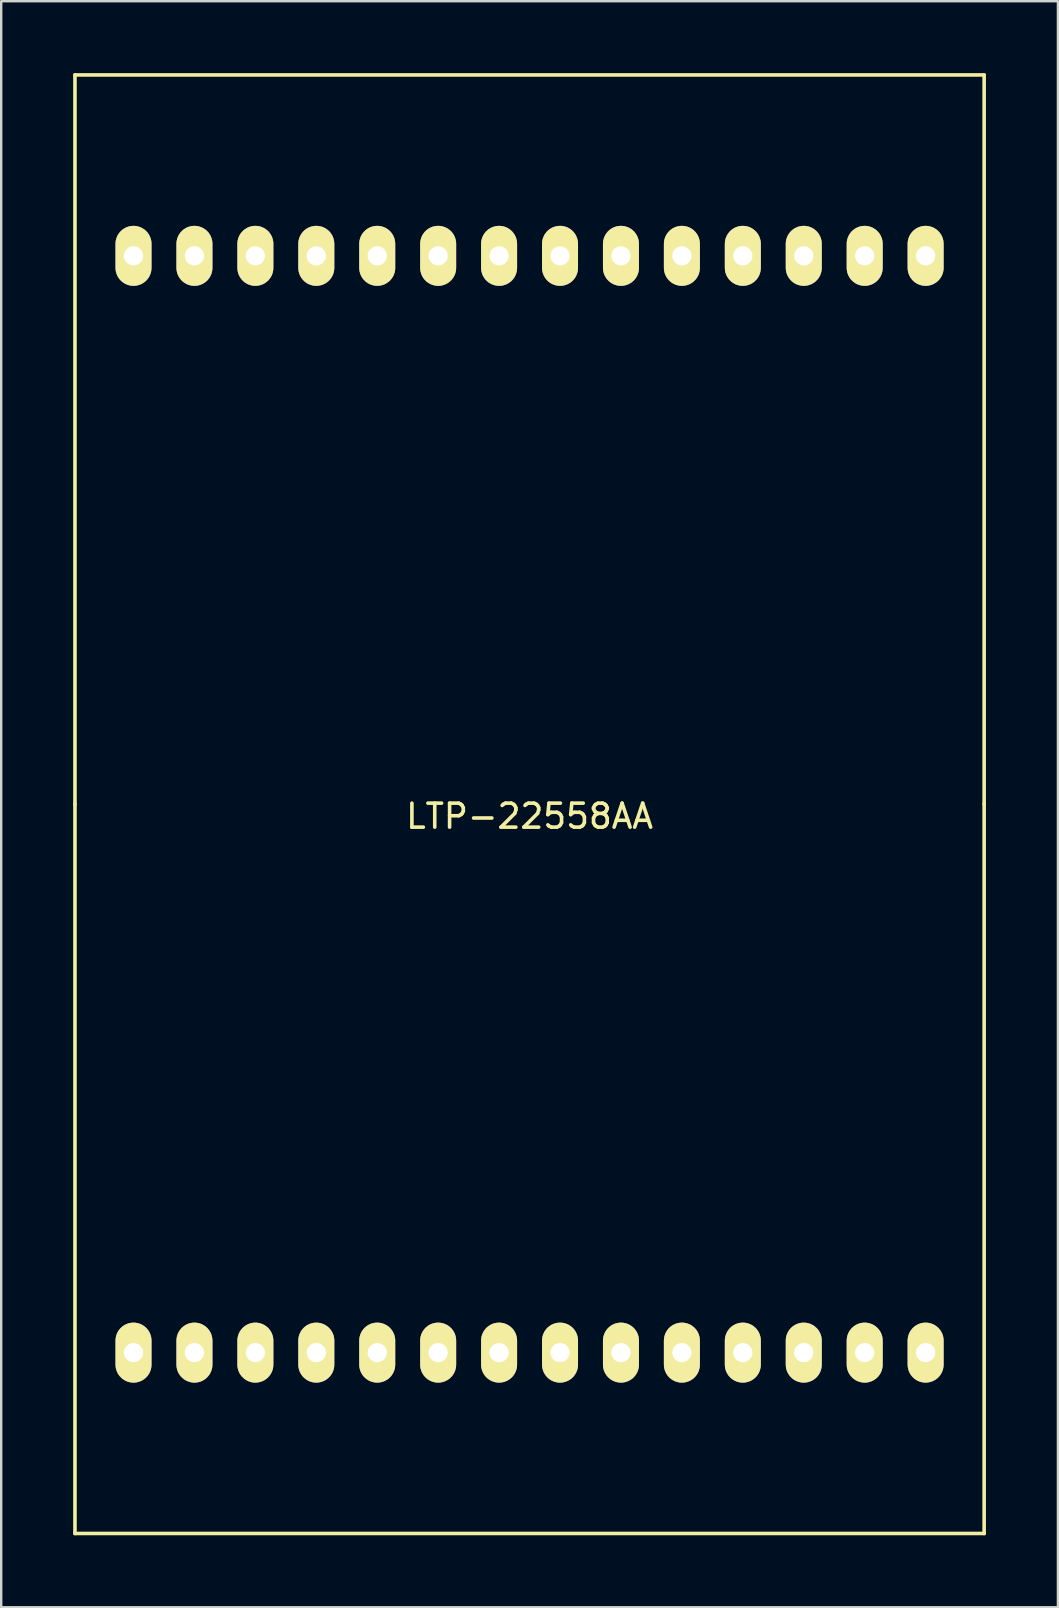
<source format=kicad_pcb>
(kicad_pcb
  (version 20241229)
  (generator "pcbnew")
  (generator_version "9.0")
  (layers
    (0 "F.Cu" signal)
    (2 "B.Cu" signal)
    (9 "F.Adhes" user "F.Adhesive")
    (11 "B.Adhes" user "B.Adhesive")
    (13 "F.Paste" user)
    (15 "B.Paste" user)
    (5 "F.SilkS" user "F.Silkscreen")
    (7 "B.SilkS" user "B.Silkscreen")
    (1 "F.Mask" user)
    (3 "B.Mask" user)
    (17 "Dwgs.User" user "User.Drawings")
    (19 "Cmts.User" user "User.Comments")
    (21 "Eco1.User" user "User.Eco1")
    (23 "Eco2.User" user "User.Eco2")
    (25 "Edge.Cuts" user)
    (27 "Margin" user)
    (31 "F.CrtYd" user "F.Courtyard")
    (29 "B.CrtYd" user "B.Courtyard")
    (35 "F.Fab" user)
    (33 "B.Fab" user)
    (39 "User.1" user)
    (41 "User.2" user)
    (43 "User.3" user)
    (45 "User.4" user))
  (footprint "LTP-22558AA"
    (layer "F.Cu")
    (at 19.025 30.475)
    (property "Reference" "LTP-22558AA" (at 0 0.5 0) (layer "F.SilkS") (effects (font (size 1 1) (thickness 0.15))))
    (attr through_hole)
    (fp_line (start -18.95 -30.4) (end 18.95 -30.4) (stroke (width 0.15) (type solid)) (layer "F.SilkS"))
    (fp_line (start -18.95 0) (end -18.95 -30.4) (stroke (width 0.15) (type solid)) (layer "F.SilkS"))
    (fp_line (start -18.95 30.4) (end -18.95 0) (stroke (width 0.15) (type solid)) (layer "F.SilkS"))
    (fp_line (start -18.95 30.4) (end 18.95 30.4) (stroke (width 0.15) (type solid)) (layer "F.SilkS"))
    (fp_line (start 18.95 0) (end 18.95 -30.4) (stroke (width 0.15) (type solid)) (layer "F.SilkS"))
    (fp_line (start 18.95 30.4) (end 18.95 0) (stroke (width 0.15) (type solid)) (layer "F.SilkS"))
    (pad "1" thru_hole oval (at -16.51 22.86) (size 1.5 2.5) (drill 0.8) (layers "*.Cu" "*.Mask" "F.SilkS"))
    (pad "2" thru_hole oval (at -13.97 22.86) (size 1.5 2.5) (drill 0.8) (layers "*.Cu" "*.Mask" "F.SilkS"))
    (pad "3" thru_hole oval (at -11.43 22.86) (size 1.5 2.5) (drill 0.8) (layers "*.Cu" "*.Mask" "F.SilkS"))
    (pad "4" thru_hole oval (at -8.89 22.86) (size 1.5 2.5) (drill 0.8) (layers "*.Cu" "*.Mask" "F.SilkS"))
    (pad "5" thru_hole oval (at -6.35 22.86) (size 1.5 2.5) (drill 0.8) (layers "*.Cu" "*.Mask" "F.SilkS"))
    (pad "6" thru_hole oval (at -3.81 22.86) (size 1.5 2.5) (drill 0.8) (layers "*.Cu" "*.Mask" "F.SilkS"))
    (pad "7" thru_hole oval (at -1.27 22.86) (size 1.5 2.5) (drill 0.8) (layers "*.Cu" "*.Mask" "F.SilkS"))
    (pad "8" thru_hole oval (at 1.27 22.86) (size 1.5 2.5) (drill 0.8) (layers "*.Cu" "*.Mask" "F.SilkS"))
    (pad "9" thru_hole oval (at 3.81 22.86) (size 1.5 2.5) (drill 0.8) (layers "*.Cu" "*.Mask" "F.SilkS"))
    (pad "10" thru_hole oval (at 6.35 22.86) (size 1.5 2.5) (drill 0.8) (layers "*.Cu" "*.Mask" "F.SilkS"))
    (pad "11" thru_hole oval (at 8.89 22.86) (size 1.5 2.5) (drill 0.8) (layers "*.Cu" "*.Mask" "F.SilkS"))
    (pad "12" thru_hole oval (at 11.43 22.86) (size 1.5 2.5) (drill 0.8) (layers "*.Cu" "*.Mask" "F.SilkS"))
    (pad "13" thru_hole oval (at 13.97 22.86) (size 1.5 2.5) (drill 0.8) (layers "*.Cu" "*.Mask" "F.SilkS"))
    (pad "14" thru_hole oval (at 16.51 22.86) (size 1.5 2.5) (drill 0.8) (layers "*.Cu" "*.Mask" "F.SilkS"))
    (pad "15" thru_hole oval (at 16.51 -22.86) (size 1.5 2.5) (drill 0.8) (layers "*.Cu" "*.Mask" "F.SilkS"))
    (pad "16" thru_hole oval (at 13.97 -22.86) (size 1.5 2.5) (drill 0.8) (layers "*.Cu" "*.Mask" "F.SilkS"))
    (pad "17" thru_hole oval (at 11.43 -22.86) (size 1.5 2.5) (drill 0.8) (layers "*.Cu" "*.Mask" "F.SilkS"))
    (pad "18" thru_hole oval (at 8.89 -22.86) (size 1.5 2.5) (drill 0.8) (layers "*.Cu" "*.Mask" "F.SilkS"))
    (pad "19" thru_hole oval (at 6.35 -22.86) (size 1.5 2.5) (drill 0.8) (layers "*.Cu" "*.Mask" "F.SilkS"))
    (pad "20" thru_hole oval (at 3.81 -22.86) (size 1.5 2.5) (drill 0.8) (layers "*.Cu" "*.Mask" "F.SilkS"))
    (pad "21" thru_hole oval (at 1.27 -22.86) (size 1.5 2.5) (drill 0.8) (layers "*.Cu" "*.Mask" "F.SilkS"))
    (pad "22" thru_hole oval (at -1.27 -22.86) (size 1.5 2.5) (drill 0.8) (layers "*.Cu" "*.Mask" "F.SilkS"))
    (pad "23" thru_hole oval (at -3.81 -22.86) (size 1.5 2.5) (drill 0.8) (layers "*.Cu" "*.Mask" "F.SilkS"))
    (pad "24" thru_hole oval (at -6.35 -22.86) (size 1.5 2.5) (drill 0.8) (layers "*.Cu" "*.Mask" "F.SilkS"))
    (pad "25" thru_hole oval (at -8.89 -22.86) (size 1.5 2.5) (drill 0.8) (layers "*.Cu" "*.Mask" "F.SilkS"))
    (pad "26" thru_hole oval (at -11.43 -22.86) (size 1.5 2.5) (drill 0.8) (layers "*.Cu" "*.Mask" "F.SilkS"))
    (pad "27" thru_hole oval (at -13.97 -22.86) (size 1.5 2.5) (drill 0.8) (layers "*.Cu" "*.Mask" "F.SilkS"))
    (pad "28" thru_hole oval (at -16.51 -22.86) (size 1.5 2.5) (drill 0.8) (layers "*.Cu" "*.Mask" "F.SilkS")))
  (gr_rect
    (start -3 -3)
    (end 41.05 63.95)
    (stroke (width 0.1) (type default))
    (fill no)
    (layer "Edge.Cuts")))
</source>
